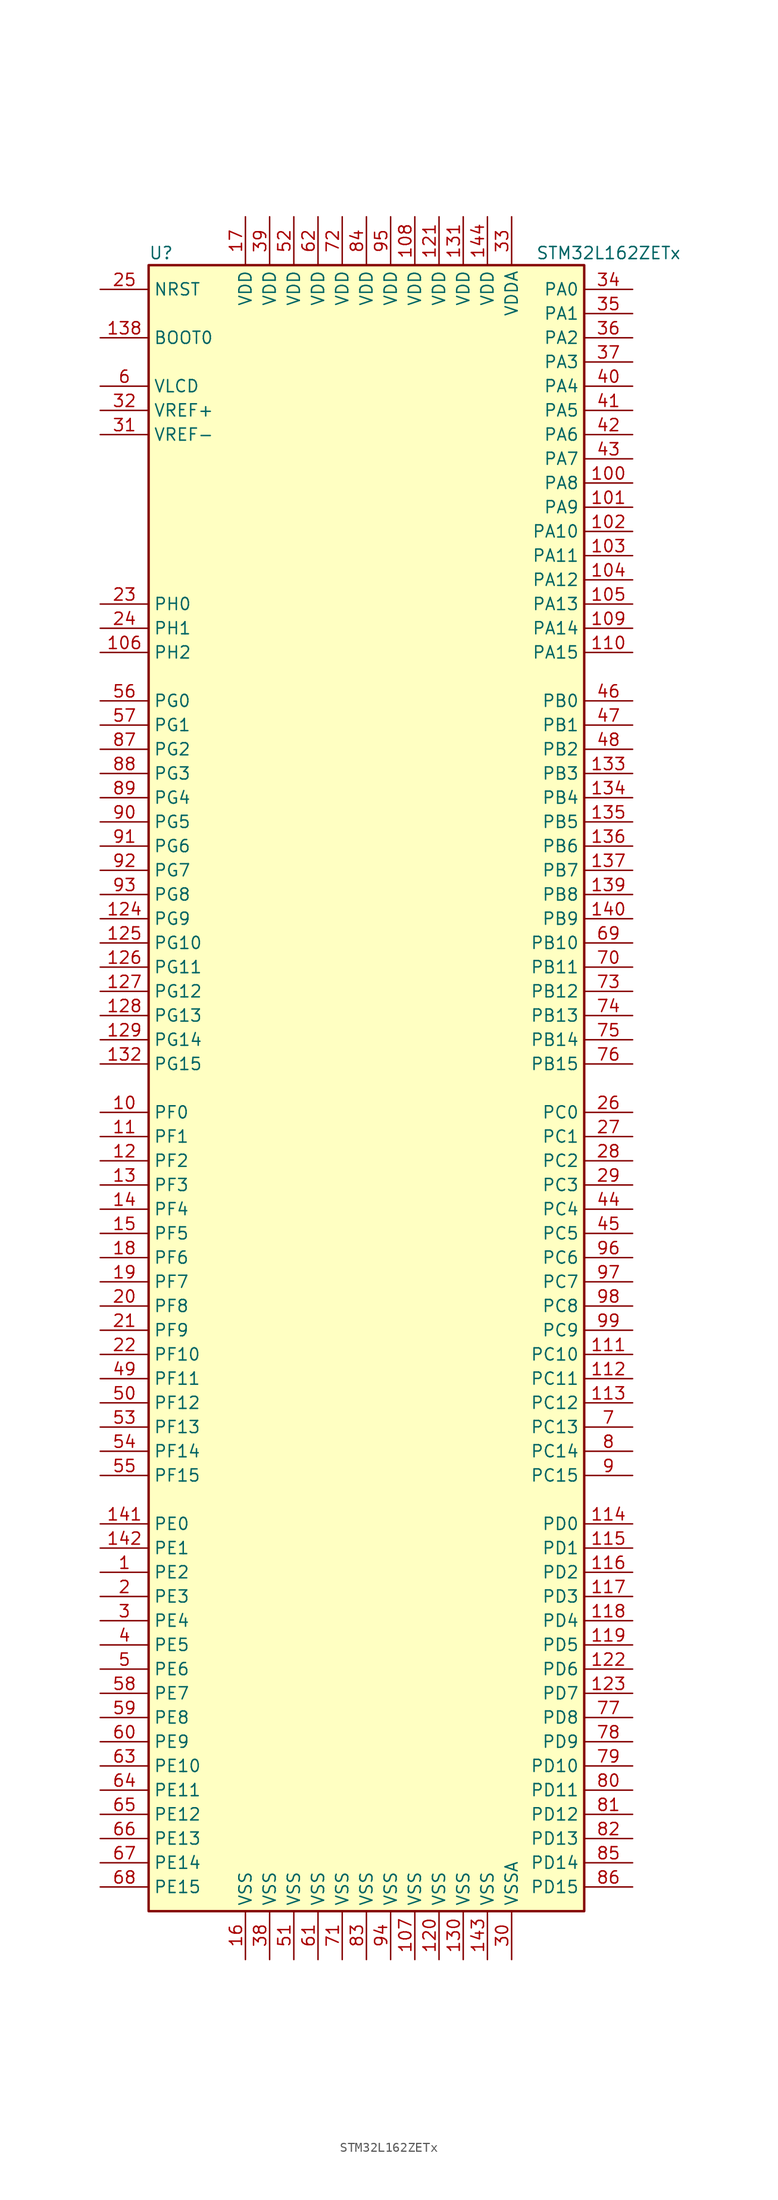
<source format=kicad_sym>
(kicad_symbol_lib
  (version 20201005)
  (generator kicad_symbol_editor)
  (symbol "MCU_ST_STM32L1:STM32L162ZETx"
    (property "Reference" "U"
      (at -22.86 87.63 0)
      (effects (font (size 1.27 1.27)) (justify left)))
    (property "Value" "STM32L162ZETx"
      (at 17.78 87.63 0)
      (effects (font (size 1.27 1.27)) (justify left)))
    (symbol "STM32L162ZETx_0_1"
      (rectangle (start -22.86 -86.36) (end 22.86 86.36) (stroke (width 0.254)) (fill (type background))))
    (symbol "STM32L162ZETx_1_1"
      (pin input line (at -27.94 78.74 0) (length 5.08) (name "BOOT0" (effects (font (size 1.27 1.27)))) (number "138" (effects (font (size 1.27 1.27)))))
      (pin input line (at -27.94 83.82 0) (length 5.08) (name "NRST" (effects (font (size 1.27 1.27)))) (number "25" (effects (font (size 1.27 1.27)))))
      (pin bidirectional line (at 27.94 83.82 180) (length 5.08) (name "PA0" (effects (font (size 1.27 1.27)))) (number "34" (effects (font (size 1.27 1.27)))))
      (pin bidirectional line (at 27.94 81.28 180) (length 5.08) (name "PA1" (effects (font (size 1.27 1.27)))) (number "35" (effects (font (size 1.27 1.27)))))
      (pin bidirectional line (at 27.94 58.42 180) (length 5.08) (name "PA10" (effects (font (size 1.27 1.27)))) (number "102" (effects (font (size 1.27 1.27)))))
      (pin bidirectional line (at 27.94 55.88 180) (length 5.08) (name "PA11" (effects (font (size 1.27 1.27)))) (number "103" (effects (font (size 1.27 1.27)))))
      (pin bidirectional line (at 27.94 53.34 180) (length 5.08) (name "PA12" (effects (font (size 1.27 1.27)))) (number "104" (effects (font (size 1.27 1.27)))))
      (pin bidirectional line (at 27.94 50.8 180) (length 5.08) (name "PA13" (effects (font (size 1.27 1.27)))) (number "105" (effects (font (size 1.27 1.27)))))
      (pin bidirectional line (at 27.94 48.26 180) (length 5.08) (name "PA14" (effects (font (size 1.27 1.27)))) (number "109" (effects (font (size 1.27 1.27)))))
      (pin bidirectional line (at 27.94 45.72 180) (length 5.08) (name "PA15" (effects (font (size 1.27 1.27)))) (number "110" (effects (font (size 1.27 1.27)))))
      (pin bidirectional line (at 27.94 78.74 180) (length 5.08) (name "PA2" (effects (font (size 1.27 1.27)))) (number "36" (effects (font (size 1.27 1.27)))))
      (pin bidirectional line (at 27.94 76.2 180) (length 5.08) (name "PA3" (effects (font (size 1.27 1.27)))) (number "37" (effects (font (size 1.27 1.27)))))
      (pin bidirectional line (at 27.94 73.66 180) (length 5.08) (name "PA4" (effects (font (size 1.27 1.27)))) (number "40" (effects (font (size 1.27 1.27)))))
      (pin bidirectional line (at 27.94 71.12 180) (length 5.08) (name "PA5" (effects (font (size 1.27 1.27)))) (number "41" (effects (font (size 1.27 1.27)))))
      (pin bidirectional line (at 27.94 68.58 180) (length 5.08) (name "PA6" (effects (font (size 1.27 1.27)))) (number "42" (effects (font (size 1.27 1.27)))))
      (pin bidirectional line (at 27.94 66.04 180) (length 5.08) (name "PA7" (effects (font (size 1.27 1.27)))) (number "43" (effects (font (size 1.27 1.27)))))
      (pin bidirectional line (at 27.94 63.5 180) (length 5.08) (name "PA8" (effects (font (size 1.27 1.27)))) (number "100" (effects (font (size 1.27 1.27)))))
      (pin bidirectional line (at 27.94 60.96 180) (length 5.08) (name "PA9" (effects (font (size 1.27 1.27)))) (number "101" (effects (font (size 1.27 1.27)))))
      (pin bidirectional line (at 27.94 40.64 180) (length 5.08) (name "PB0" (effects (font (size 1.27 1.27)))) (number "46" (effects (font (size 1.27 1.27)))))
      (pin bidirectional line (at 27.94 38.1 180) (length 5.08) (name "PB1" (effects (font (size 1.27 1.27)))) (number "47" (effects (font (size 1.27 1.27)))))
      (pin bidirectional line (at 27.94 15.24 180) (length 5.08) (name "PB10" (effects (font (size 1.27 1.27)))) (number "69" (effects (font (size 1.27 1.27)))))
      (pin bidirectional line (at 27.94 12.7 180) (length 5.08) (name "PB11" (effects (font (size 1.27 1.27)))) (number "70" (effects (font (size 1.27 1.27)))))
      (pin bidirectional line (at 27.94 10.16 180) (length 5.08) (name "PB12" (effects (font (size 1.27 1.27)))) (number "73" (effects (font (size 1.27 1.27)))))
      (pin bidirectional line (at 27.94 7.62 180) (length 5.08) (name "PB13" (effects (font (size 1.27 1.27)))) (number "74" (effects (font (size 1.27 1.27)))))
      (pin bidirectional line (at 27.94 5.08 180) (length 5.08) (name "PB14" (effects (font (size 1.27 1.27)))) (number "75" (effects (font (size 1.27 1.27)))))
      (pin bidirectional line (at 27.94 2.54 180) (length 5.08) (name "PB15" (effects (font (size 1.27 1.27)))) (number "76" (effects (font (size 1.27 1.27)))))
      (pin bidirectional line (at 27.94 35.56 180) (length 5.08) (name "PB2" (effects (font (size 1.27 1.27)))) (number "48" (effects (font (size 1.27 1.27)))))
      (pin bidirectional line (at 27.94 33.02 180) (length 5.08) (name "PB3" (effects (font (size 1.27 1.27)))) (number "133" (effects (font (size 1.27 1.27)))))
      (pin bidirectional line (at 27.94 30.48 180) (length 5.08) (name "PB4" (effects (font (size 1.27 1.27)))) (number "134" (effects (font (size 1.27 1.27)))))
      (pin bidirectional line (at 27.94 27.94 180) (length 5.08) (name "PB5" (effects (font (size 1.27 1.27)))) (number "135" (effects (font (size 1.27 1.27)))))
      (pin bidirectional line (at 27.94 25.4 180) (length 5.08) (name "PB6" (effects (font (size 1.27 1.27)))) (number "136" (effects (font (size 1.27 1.27)))))
      (pin bidirectional line (at 27.94 22.86 180) (length 5.08) (name "PB7" (effects (font (size 1.27 1.27)))) (number "137" (effects (font (size 1.27 1.27)))))
      (pin bidirectional line (at 27.94 20.32 180) (length 5.08) (name "PB8" (effects (font (size 1.27 1.27)))) (number "139" (effects (font (size 1.27 1.27)))))
      (pin bidirectional line (at 27.94 17.78 180) (length 5.08) (name "PB9" (effects (font (size 1.27 1.27)))) (number "140" (effects (font (size 1.27 1.27)))))
      (pin bidirectional line (at 27.94 -2.54 180) (length 5.08) (name "PC0" (effects (font (size 1.27 1.27)))) (number "26" (effects (font (size 1.27 1.27)))))
      (pin bidirectional line (at 27.94 -5.08 180) (length 5.08) (name "PC1" (effects (font (size 1.27 1.27)))) (number "27" (effects (font (size 1.27 1.27)))))
      (pin bidirectional line (at 27.94 -27.94 180) (length 5.08) (name "PC10" (effects (font (size 1.27 1.27)))) (number "111" (effects (font (size 1.27 1.27)))))
      (pin bidirectional line (at 27.94 -30.48 180) (length 5.08) (name "PC11" (effects (font (size 1.27 1.27)))) (number "112" (effects (font (size 1.27 1.27)))))
      (pin bidirectional line (at 27.94 -33.02 180) (length 5.08) (name "PC12" (effects (font (size 1.27 1.27)))) (number "113" (effects (font (size 1.27 1.27)))))
      (pin bidirectional line (at 27.94 -35.56 180) (length 5.08) (name "PC13" (effects (font (size 1.27 1.27)))) (number "7" (effects (font (size 1.27 1.27)))))
      (pin bidirectional line (at 27.94 -38.1 180) (length 5.08) (name "PC14" (effects (font (size 1.27 1.27)))) (number "8" (effects (font (size 1.27 1.27)))))
      (pin bidirectional line (at 27.94 -40.64 180) (length 5.08) (name "PC15" (effects (font (size 1.27 1.27)))) (number "9" (effects (font (size 1.27 1.27)))))
      (pin bidirectional line (at 27.94 -7.62 180) (length 5.08) (name "PC2" (effects (font (size 1.27 1.27)))) (number "28" (effects (font (size 1.27 1.27)))))
      (pin bidirectional line (at 27.94 -10.16 180) (length 5.08) (name "PC3" (effects (font (size 1.27 1.27)))) (number "29" (effects (font (size 1.27 1.27)))))
      (pin bidirectional line (at 27.94 -12.7 180) (length 5.08) (name "PC4" (effects (font (size 1.27 1.27)))) (number "44" (effects (font (size 1.27 1.27)))))
      (pin bidirectional line (at 27.94 -15.24 180) (length 5.08) (name "PC5" (effects (font (size 1.27 1.27)))) (number "45" (effects (font (size 1.27 1.27)))))
      (pin bidirectional line (at 27.94 -17.78 180) (length 5.08) (name "PC6" (effects (font (size 1.27 1.27)))) (number "96" (effects (font (size 1.27 1.27)))))
      (pin bidirectional line (at 27.94 -20.32 180) (length 5.08) (name "PC7" (effects (font (size 1.27 1.27)))) (number "97" (effects (font (size 1.27 1.27)))))
      (pin bidirectional line (at 27.94 -22.86 180) (length 5.08) (name "PC8" (effects (font (size 1.27 1.27)))) (number "98" (effects (font (size 1.27 1.27)))))
      (pin bidirectional line (at 27.94 -25.4 180) (length 5.08) (name "PC9" (effects (font (size 1.27 1.27)))) (number "99" (effects (font (size 1.27 1.27)))))
      (pin bidirectional line (at 27.94 -45.72 180) (length 5.08) (name "PD0" (effects (font (size 1.27 1.27)))) (number "114" (effects (font (size 1.27 1.27)))))
      (pin bidirectional line (at 27.94 -48.26 180) (length 5.08) (name "PD1" (effects (font (size 1.27 1.27)))) (number "115" (effects (font (size 1.27 1.27)))))
      (pin bidirectional line (at 27.94 -71.12 180) (length 5.08) (name "PD10" (effects (font (size 1.27 1.27)))) (number "79" (effects (font (size 1.27 1.27)))))
      (pin bidirectional line (at 27.94 -73.66 180) (length 5.08) (name "PD11" (effects (font (size 1.27 1.27)))) (number "80" (effects (font (size 1.27 1.27)))))
      (pin bidirectional line (at 27.94 -76.2 180) (length 5.08) (name "PD12" (effects (font (size 1.27 1.27)))) (number "81" (effects (font (size 1.27 1.27)))))
      (pin bidirectional line (at 27.94 -78.74 180) (length 5.08) (name "PD13" (effects (font (size 1.27 1.27)))) (number "82" (effects (font (size 1.27 1.27)))))
      (pin bidirectional line (at 27.94 -81.28 180) (length 5.08) (name "PD14" (effects (font (size 1.27 1.27)))) (number "85" (effects (font (size 1.27 1.27)))))
      (pin bidirectional line (at 27.94 -83.82 180) (length 5.08) (name "PD15" (effects (font (size 1.27 1.27)))) (number "86" (effects (font (size 1.27 1.27)))))
      (pin bidirectional line (at 27.94 -50.8 180) (length 5.08) (name "PD2" (effects (font (size 1.27 1.27)))) (number "116" (effects (font (size 1.27 1.27)))))
      (pin bidirectional line (at 27.94 -53.34 180) (length 5.08) (name "PD3" (effects (font (size 1.27 1.27)))) (number "117" (effects (font (size 1.27 1.27)))))
      (pin bidirectional line (at 27.94 -55.88 180) (length 5.08) (name "PD4" (effects (font (size 1.27 1.27)))) (number "118" (effects (font (size 1.27 1.27)))))
      (pin bidirectional line (at 27.94 -58.42 180) (length 5.08) (name "PD5" (effects (font (size 1.27 1.27)))) (number "119" (effects (font (size 1.27 1.27)))))
      (pin bidirectional line (at 27.94 -60.96 180) (length 5.08) (name "PD6" (effects (font (size 1.27 1.27)))) (number "122" (effects (font (size 1.27 1.27)))))
      (pin bidirectional line (at 27.94 -63.5 180) (length 5.08) (name "PD7" (effects (font (size 1.27 1.27)))) (number "123" (effects (font (size 1.27 1.27)))))
      (pin bidirectional line (at 27.94 -66.04 180) (length 5.08) (name "PD8" (effects (font (size 1.27 1.27)))) (number "77" (effects (font (size 1.27 1.27)))))
      (pin bidirectional line (at 27.94 -68.58 180) (length 5.08) (name "PD9" (effects (font (size 1.27 1.27)))) (number "78" (effects (font (size 1.27 1.27)))))
      (pin bidirectional line (at -27.94 -45.72 0) (length 5.08) (name "PE0" (effects (font (size 1.27 1.27)))) (number "141" (effects (font (size 1.27 1.27)))))
      (pin bidirectional line (at -27.94 -48.26 0) (length 5.08) (name "PE1" (effects (font (size 1.27 1.27)))) (number "142" (effects (font (size 1.27 1.27)))))
      (pin bidirectional line (at -27.94 -71.12 0) (length 5.08) (name "PE10" (effects (font (size 1.27 1.27)))) (number "63" (effects (font (size 1.27 1.27)))))
      (pin bidirectional line (at -27.94 -73.66 0) (length 5.08) (name "PE11" (effects (font (size 1.27 1.27)))) (number "64" (effects (font (size 1.27 1.27)))))
      (pin bidirectional line (at -27.94 -76.2 0) (length 5.08) (name "PE12" (effects (font (size 1.27 1.27)))) (number "65" (effects (font (size 1.27 1.27)))))
      (pin bidirectional line (at -27.94 -78.74 0) (length 5.08) (name "PE13" (effects (font (size 1.27 1.27)))) (number "66" (effects (font (size 1.27 1.27)))))
      (pin bidirectional line (at -27.94 -81.28 0) (length 5.08) (name "PE14" (effects (font (size 1.27 1.27)))) (number "67" (effects (font (size 1.27 1.27)))))
      (pin bidirectional line (at -27.94 -83.82 0) (length 5.08) (name "PE15" (effects (font (size 1.27 1.27)))) (number "68" (effects (font (size 1.27 1.27)))))
      (pin bidirectional line (at -27.94 -50.8 0) (length 5.08) (name "PE2" (effects (font (size 1.27 1.27)))) (number "1" (effects (font (size 1.27 1.27)))))
      (pin bidirectional line (at -27.94 -53.34 0) (length 5.08) (name "PE3" (effects (font (size 1.27 1.27)))) (number "2" (effects (font (size 1.27 1.27)))))
      (pin bidirectional line (at -27.94 -55.88 0) (length 5.08) (name "PE4" (effects (font (size 1.27 1.27)))) (number "3" (effects (font (size 1.27 1.27)))))
      (pin bidirectional line (at -27.94 -58.42 0) (length 5.08) (name "PE5" (effects (font (size 1.27 1.27)))) (number "4" (effects (font (size 1.27 1.27)))))
      (pin bidirectional line (at -27.94 -60.96 0) (length 5.08) (name "PE6" (effects (font (size 1.27 1.27)))) (number "5" (effects (font (size 1.27 1.27)))))
      (pin bidirectional line (at -27.94 -63.5 0) (length 5.08) (name "PE7" (effects (font (size 1.27 1.27)))) (number "58" (effects (font (size 1.27 1.27)))))
      (pin bidirectional line (at -27.94 -66.04 0) (length 5.08) (name "PE8" (effects (font (size 1.27 1.27)))) (number "59" (effects (font (size 1.27 1.27)))))
      (pin bidirectional line (at -27.94 -68.58 0) (length 5.08) (name "PE9" (effects (font (size 1.27 1.27)))) (number "60" (effects (font (size 1.27 1.27)))))
      (pin bidirectional line (at -27.94 -2.54 0) (length 5.08) (name "PF0" (effects (font (size 1.27 1.27)))) (number "10" (effects (font (size 1.27 1.27)))))
      (pin bidirectional line (at -27.94 -5.08 0) (length 5.08) (name "PF1" (effects (font (size 1.27 1.27)))) (number "11" (effects (font (size 1.27 1.27)))))
      (pin bidirectional line (at -27.94 -27.94 0) (length 5.08) (name "PF10" (effects (font (size 1.27 1.27)))) (number "22" (effects (font (size 1.27 1.27)))))
      (pin bidirectional line (at -27.94 -30.48 0) (length 5.08) (name "PF11" (effects (font (size 1.27 1.27)))) (number "49" (effects (font (size 1.27 1.27)))))
      (pin bidirectional line (at -27.94 -33.02 0) (length 5.08) (name "PF12" (effects (font (size 1.27 1.27)))) (number "50" (effects (font (size 1.27 1.27)))))
      (pin bidirectional line (at -27.94 -35.56 0) (length 5.08) (name "PF13" (effects (font (size 1.27 1.27)))) (number "53" (effects (font (size 1.27 1.27)))))
      (pin bidirectional line (at -27.94 -38.1 0) (length 5.08) (name "PF14" (effects (font (size 1.27 1.27)))) (number "54" (effects (font (size 1.27 1.27)))))
      (pin bidirectional line (at -27.94 -40.64 0) (length 5.08) (name "PF15" (effects (font (size 1.27 1.27)))) (number "55" (effects (font (size 1.27 1.27)))))
      (pin bidirectional line (at -27.94 -7.62 0) (length 5.08) (name "PF2" (effects (font (size 1.27 1.27)))) (number "12" (effects (font (size 1.27 1.27)))))
      (pin bidirectional line (at -27.94 -10.16 0) (length 5.08) (name "PF3" (effects (font (size 1.27 1.27)))) (number "13" (effects (font (size 1.27 1.27)))))
      (pin bidirectional line (at -27.94 -12.7 0) (length 5.08) (name "PF4" (effects (font (size 1.27 1.27)))) (number "14" (effects (font (size 1.27 1.27)))))
      (pin bidirectional line (at -27.94 -15.24 0) (length 5.08) (name "PF5" (effects (font (size 1.27 1.27)))) (number "15" (effects (font (size 1.27 1.27)))))
      (pin bidirectional line (at -27.94 -17.78 0) (length 5.08) (name "PF6" (effects (font (size 1.27 1.27)))) (number "18" (effects (font (size 1.27 1.27)))))
      (pin bidirectional line (at -27.94 -20.32 0) (length 5.08) (name "PF7" (effects (font (size 1.27 1.27)))) (number "19" (effects (font (size 1.27 1.27)))))
      (pin bidirectional line (at -27.94 -22.86 0) (length 5.08) (name "PF8" (effects (font (size 1.27 1.27)))) (number "20" (effects (font (size 1.27 1.27)))))
      (pin bidirectional line (at -27.94 -25.4 0) (length 5.08) (name "PF9" (effects (font (size 1.27 1.27)))) (number "21" (effects (font (size 1.27 1.27)))))
      (pin bidirectional line (at -27.94 40.64 0) (length 5.08) (name "PG0" (effects (font (size 1.27 1.27)))) (number "56" (effects (font (size 1.27 1.27)))))
      (pin bidirectional line (at -27.94 38.1 0) (length 5.08) (name "PG1" (effects (font (size 1.27 1.27)))) (number "57" (effects (font (size 1.27 1.27)))))
      (pin bidirectional line (at -27.94 15.24 0) (length 5.08) (name "PG10" (effects (font (size 1.27 1.27)))) (number "125" (effects (font (size 1.27 1.27)))))
      (pin bidirectional line (at -27.94 12.7 0) (length 5.08) (name "PG11" (effects (font (size 1.27 1.27)))) (number "126" (effects (font (size 1.27 1.27)))))
      (pin bidirectional line (at -27.94 10.16 0) (length 5.08) (name "PG12" (effects (font (size 1.27 1.27)))) (number "127" (effects (font (size 1.27 1.27)))))
      (pin bidirectional line (at -27.94 7.62 0) (length 5.08) (name "PG13" (effects (font (size 1.27 1.27)))) (number "128" (effects (font (size 1.27 1.27)))))
      (pin bidirectional line (at -27.94 5.08 0) (length 5.08) (name "PG14" (effects (font (size 1.27 1.27)))) (number "129" (effects (font (size 1.27 1.27)))))
      (pin bidirectional line (at -27.94 2.54 0) (length 5.08) (name "PG15" (effects (font (size 1.27 1.27)))) (number "132" (effects (font (size 1.27 1.27)))))
      (pin bidirectional line (at -27.94 35.56 0) (length 5.08) (name "PG2" (effects (font (size 1.27 1.27)))) (number "87" (effects (font (size 1.27 1.27)))))
      (pin bidirectional line (at -27.94 33.02 0) (length 5.08) (name "PG3" (effects (font (size 1.27 1.27)))) (number "88" (effects (font (size 1.27 1.27)))))
      (pin bidirectional line (at -27.94 30.48 0) (length 5.08) (name "PG4" (effects (font (size 1.27 1.27)))) (number "89" (effects (font (size 1.27 1.27)))))
      (pin bidirectional line (at -27.94 27.94 0) (length 5.08) (name "PG5" (effects (font (size 1.27 1.27)))) (number "90" (effects (font (size 1.27 1.27)))))
      (pin bidirectional line (at -27.94 25.4 0) (length 5.08) (name "PG6" (effects (font (size 1.27 1.27)))) (number "91" (effects (font (size 1.27 1.27)))))
      (pin bidirectional line (at -27.94 22.86 0) (length 5.08) (name "PG7" (effects (font (size 1.27 1.27)))) (number "92" (effects (font (size 1.27 1.27)))))
      (pin bidirectional line (at -27.94 20.32 0) (length 5.08) (name "PG8" (effects (font (size 1.27 1.27)))) (number "93" (effects (font (size 1.27 1.27)))))
      (pin bidirectional line (at -27.94 17.78 0) (length 5.08) (name "PG9" (effects (font (size 1.27 1.27)))) (number "124" (effects (font (size 1.27 1.27)))))
      (pin input line (at -27.94 50.8 0) (length 5.08) (name "PH0" (effects (font (size 1.27 1.27)))) (number "23" (effects (font (size 1.27 1.27)))))
      (pin input line (at -27.94 48.26 0) (length 5.08) (name "PH1" (effects (font (size 1.27 1.27)))) (number "24" (effects (font (size 1.27 1.27)))))
      (pin bidirectional line (at -27.94 45.72 0) (length 5.08) (name "PH2" (effects (font (size 1.27 1.27)))) (number "106" (effects (font (size 1.27 1.27)))))
      (pin power_in line (at 5.08 91.44 270) (length 5.08) (name "VDD" (effects (font (size 1.27 1.27)))) (number "108" (effects (font (size 1.27 1.27)))))
      (pin power_in line (at 7.62 91.44 270) (length 5.08) (name "VDD" (effects (font (size 1.27 1.27)))) (number "121" (effects (font (size 1.27 1.27)))))
      (pin power_in line (at 10.16 91.44 270) (length 5.08) (name "VDD" (effects (font (size 1.27 1.27)))) (number "131" (effects (font (size 1.27 1.27)))))
      (pin power_in line (at 12.7 91.44 270) (length 5.08) (name "VDD" (effects (font (size 1.27 1.27)))) (number "144" (effects (font (size 1.27 1.27)))))
      (pin power_in line (at -12.7 91.44 270) (length 5.08) (name "VDD" (effects (font (size 1.27 1.27)))) (number "17" (effects (font (size 1.27 1.27)))))
      (pin power_in line (at -10.16 91.44 270) (length 5.08) (name "VDD" (effects (font (size 1.27 1.27)))) (number "39" (effects (font (size 1.27 1.27)))))
      (pin power_in line (at -7.62 91.44 270) (length 5.08) (name "VDD" (effects (font (size 1.27 1.27)))) (number "52" (effects (font (size 1.27 1.27)))))
      (pin power_in line (at -5.08 91.44 270) (length 5.08) (name "VDD" (effects (font (size 1.27 1.27)))) (number "62" (effects (font (size 1.27 1.27)))))
      (pin power_in line (at -2.54 91.44 270) (length 5.08) (name "VDD" (effects (font (size 1.27 1.27)))) (number "72" (effects (font (size 1.27 1.27)))))
      (pin power_in line (at 0 91.44 270) (length 5.08) (name "VDD" (effects (font (size 1.27 1.27)))) (number "84" (effects (font (size 1.27 1.27)))))
      (pin power_in line (at 2.54 91.44 270) (length 5.08) (name "VDD" (effects (font (size 1.27 1.27)))) (number "95" (effects (font (size 1.27 1.27)))))
      (pin power_in line (at 15.24 91.44 270) (length 5.08) (name "VDDA" (effects (font (size 1.27 1.27)))) (number "33" (effects (font (size 1.27 1.27)))))
      (pin power_in line (at -27.94 73.66 0) (length 5.08) (name "VLCD" (effects (font (size 1.27 1.27)))) (number "6" (effects (font (size 1.27 1.27)))))
      (pin power_in line (at -27.94 71.12 0) (length 5.08) (name "VREF+" (effects (font (size 1.27 1.27)))) (number "32" (effects (font (size 1.27 1.27)))))
      (pin power_in line (at -27.94 68.58 0) (length 5.08) (name "VREF-" (effects (font (size 1.27 1.27)))) (number "31" (effects (font (size 1.27 1.27)))))
      (pin power_in line (at 5.08 -91.44 90) (length 5.08) (name "VSS" (effects (font (size 1.27 1.27)))) (number "107" (effects (font (size 1.27 1.27)))))
      (pin power_in line (at 7.62 -91.44 90) (length 5.08) (name "VSS" (effects (font (size 1.27 1.27)))) (number "120" (effects (font (size 1.27 1.27)))))
      (pin power_in line (at 10.16 -91.44 90) (length 5.08) (name "VSS" (effects (font (size 1.27 1.27)))) (number "130" (effects (font (size 1.27 1.27)))))
      (pin power_in line (at 12.7 -91.44 90) (length 5.08) (name "VSS" (effects (font (size 1.27 1.27)))) (number "143" (effects (font (size 1.27 1.27)))))
      (pin power_in line (at -12.7 -91.44 90) (length 5.08) (name "VSS" (effects (font (size 1.27 1.27)))) (number "16" (effects (font (size 1.27 1.27)))))
      (pin power_in line (at -10.16 -91.44 90) (length 5.08) (name "VSS" (effects (font (size 1.27 1.27)))) (number "38" (effects (font (size 1.27 1.27)))))
      (pin power_in line (at -7.62 -91.44 90) (length 5.08) (name "VSS" (effects (font (size 1.27 1.27)))) (number "51" (effects (font (size 1.27 1.27)))))
      (pin power_in line (at -5.08 -91.44 90) (length 5.08) (name "VSS" (effects (font (size 1.27 1.27)))) (number "61" (effects (font (size 1.27 1.27)))))
      (pin power_in line (at -2.54 -91.44 90) (length 5.08) (name "VSS" (effects (font (size 1.27 1.27)))) (number "71" (effects (font (size 1.27 1.27)))))
      (pin power_in line (at 0 -91.44 90) (length 5.08) (name "VSS" (effects (font (size 1.27 1.27)))) (number "83" (effects (font (size 1.27 1.27)))))
      (pin power_in line (at 2.54 -91.44 90) (length 5.08) (name "VSS" (effects (font (size 1.27 1.27)))) (number "94" (effects (font (size 1.27 1.27)))))
      (pin power_in line (at 15.24 -91.44 90) (length 5.08) (name "VSSA" (effects (font (size 1.27 1.27)))) (number "30" (effects (font (size 1.27 1.27))))))))
</source>
